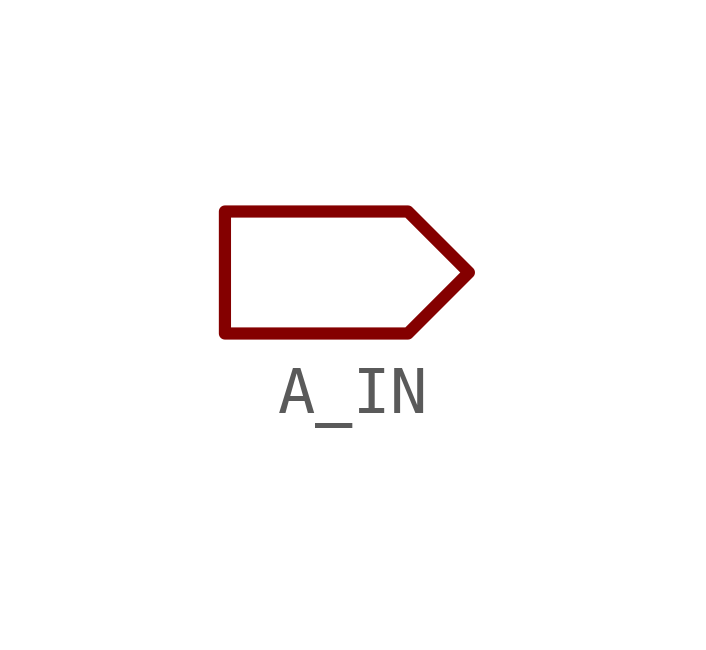
<source format=kicad_sym>
(kicad_symbol_lib
  (version 20241209)
  (generator "kicad_symbol_editor")
  (generator_version "9.0")
  (symbol "A_IN"
    (power)
    (pin_numbers
      (hide yes))
    (pin_names
      (hide yes))
    (property "Reference" "#PWR"
      (at 0 0 0)
      (effects (font (size 1.27 1.27)) (hide yes)))
    (property "Value" ""
      (at 0 0 0)
      (effects (font (size 1.27 1.27))))
    (symbol "A_IN_1_0"
      (polyline (pts (xy 0 0) (xy -1.27 -1.27) (xy -1.27 -1.27) (xy -5.08 -1.27) (xy -5.08 -1.27) (xy -5.08 1.27) (xy -5.08 1.27) (xy -1.27 1.27) (xy -1.27 1.27) (xy 0 0)) (stroke (width 0.254) (type default)) (fill (type none)))
      (pin input line (at 0 0 0) (length 0) (name "" (effects (font (size 0.025 0.025)))) (number "1" (effects (font (size 0 0))))))))
</source>
